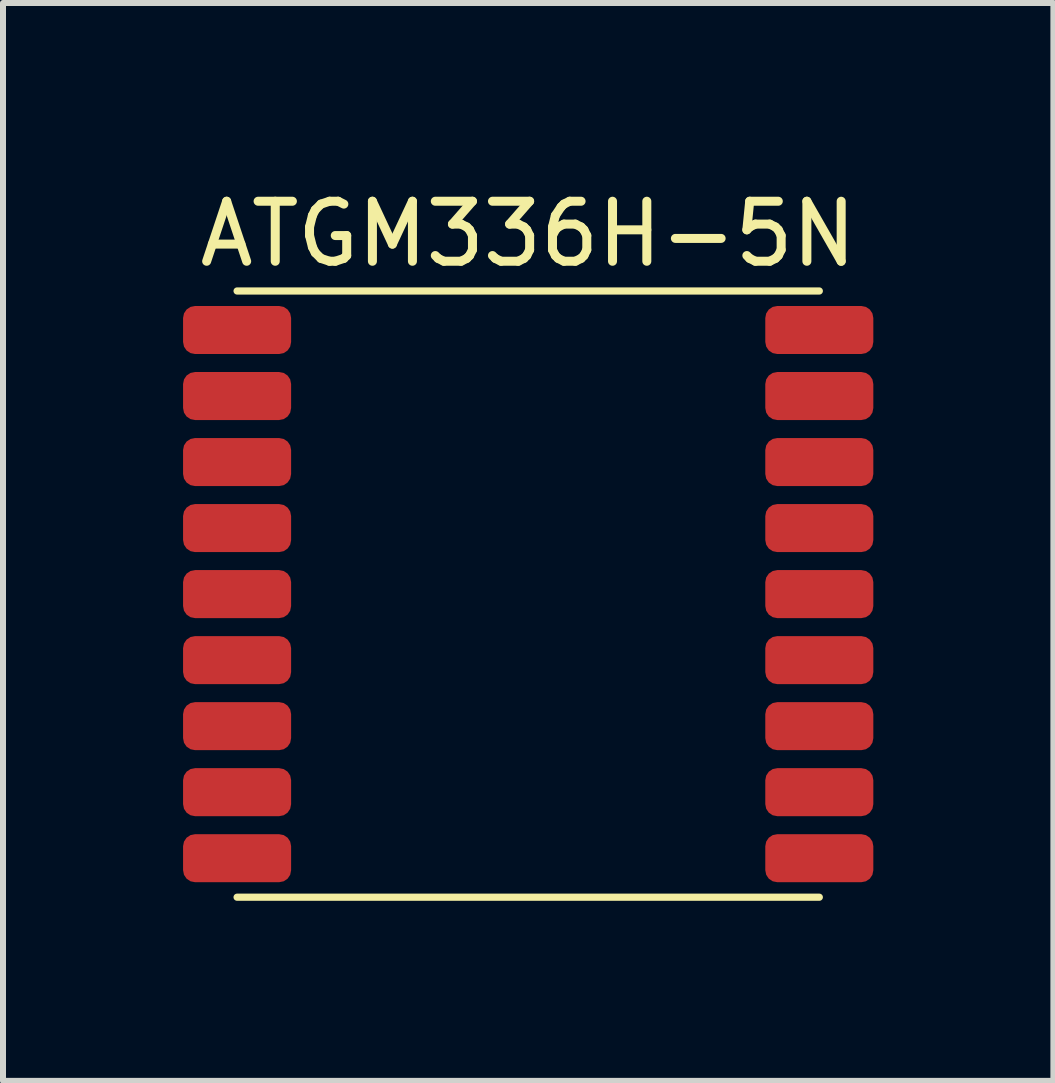
<source format=kicad_pcb>
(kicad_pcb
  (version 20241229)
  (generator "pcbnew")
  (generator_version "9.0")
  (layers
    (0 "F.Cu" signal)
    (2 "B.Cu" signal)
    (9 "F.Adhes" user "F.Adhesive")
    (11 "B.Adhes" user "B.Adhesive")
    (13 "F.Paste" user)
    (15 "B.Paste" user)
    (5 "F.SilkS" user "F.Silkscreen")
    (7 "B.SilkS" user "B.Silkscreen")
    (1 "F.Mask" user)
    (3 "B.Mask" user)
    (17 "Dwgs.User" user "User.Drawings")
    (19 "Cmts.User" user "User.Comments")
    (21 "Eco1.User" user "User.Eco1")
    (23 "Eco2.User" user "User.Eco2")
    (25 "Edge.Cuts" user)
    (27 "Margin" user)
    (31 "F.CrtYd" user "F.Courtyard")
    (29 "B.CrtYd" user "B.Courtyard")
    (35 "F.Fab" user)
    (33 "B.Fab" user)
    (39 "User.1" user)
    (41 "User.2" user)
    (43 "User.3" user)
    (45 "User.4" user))
  (footprint "ATGM336H-5N"
    (layer "F.Cu")
    (at 5.75 6.848)
    (property "Reference" "ATGM336H-5N" (at 0 -6 0) (unlocked yes) (layer "F.SilkS") (effects (font (size 1 1) (thickness 0.15))))
    (attr smd)
    (fp_line (start -4.85 -5.05) (end 4.85 -5.05) (stroke (width 0.12) (type solid)) (layer "F.SilkS"))
    (fp_line (start -4.85 5.05) (end 4.85 5.05) (stroke (width 0.12) (type solid)) (layer "F.SilkS"))
    (pad "1" smd roundrect (at 4.85 4.4) (size 1.8 0.8) (layers "F.Cu" "F.Mask" "F.Paste") (roundrect_rratio 0.25))
    (pad "2" smd roundrect (at 4.85 3.3) (size 1.8 0.8) (layers "F.Cu" "F.Mask" "F.Paste") (roundrect_rratio 0.25))
    (pad "3" smd roundrect (at 4.85 2.2) (size 1.8 0.8) (layers "F.Cu" "F.Mask" "F.Paste") (roundrect_rratio 0.25))
    (pad "4" smd roundrect (at 4.85 1.1) (size 1.8 0.8) (layers "F.Cu" "F.Mask" "F.Paste") (roundrect_rratio 0.25))
    (pad "5" smd roundrect (at 4.85 0) (size 1.8 0.8) (layers "F.Cu" "F.Mask" "F.Paste") (roundrect_rratio 0.25))
    (pad "6" smd roundrect (at 4.85 -1.1) (size 1.8 0.8) (layers "F.Cu" "F.Mask" "F.Paste") (roundrect_rratio 0.25))
    (pad "7" smd roundrect (at 4.85 -2.2) (size 1.8 0.8) (layers "F.Cu" "F.Mask" "F.Paste") (roundrect_rratio 0.25))
    (pad "8" smd roundrect (at 4.85 -3.3) (size 1.8 0.8) (layers "F.Cu" "F.Mask" "F.Paste") (roundrect_rratio 0.25))
    (pad "9" smd roundrect (at 4.85 -4.4) (size 1.8 0.8) (layers "F.Cu" "F.Mask" "F.Paste") (roundrect_rratio 0.25))
    (pad "10" smd roundrect (at -4.85 -4.4) (size 1.8 0.8) (layers "F.Cu" "F.Mask" "F.Paste") (roundrect_rratio 0.25))
    (pad "11" smd roundrect (at -4.85 -3.3) (size 1.8 0.8) (layers "F.Cu" "F.Mask" "F.Paste") (roundrect_rratio 0.25))
    (pad "12" smd roundrect (at -4.85 -2.2) (size 1.8 0.8) (layers "F.Cu" "F.Mask" "F.Paste") (roundrect_rratio 0.25))
    (pad "13" smd roundrect (at -4.85 -1.1) (size 1.8 0.8) (layers "F.Cu" "F.Mask" "F.Paste") (roundrect_rratio 0.25))
    (pad "14" smd roundrect (at -4.85 0) (size 1.8 0.8) (layers "F.Cu" "F.Mask" "F.Paste") (roundrect_rratio 0.25))
    (pad "15" smd roundrect (at -4.85 1.1) (size 1.8 0.8) (layers "F.Cu" "F.Mask" "F.Paste") (roundrect_rratio 0.25))
    (pad "16" smd roundrect (at -4.85 2.2) (size 1.8 0.8) (layers "F.Cu" "F.Mask" "F.Paste") (roundrect_rratio 0.25))
    (pad "17" smd roundrect (at -4.85 3.3) (size 1.8 0.8) (layers "F.Cu" "F.Mask" "F.Paste") (roundrect_rratio 0.25))
    (pad "18" smd roundrect (at -4.85 4.4) (size 1.8 0.8) (layers "F.Cu" "F.Mask" "F.Paste") (roundrect_rratio 0.25)))
  (gr_rect
    (start -3 -3)
    (end 14.5 14.958)
    (stroke (width 0.1) (type default))
    (fill no)
    (layer "Edge.Cuts")))
</source>
